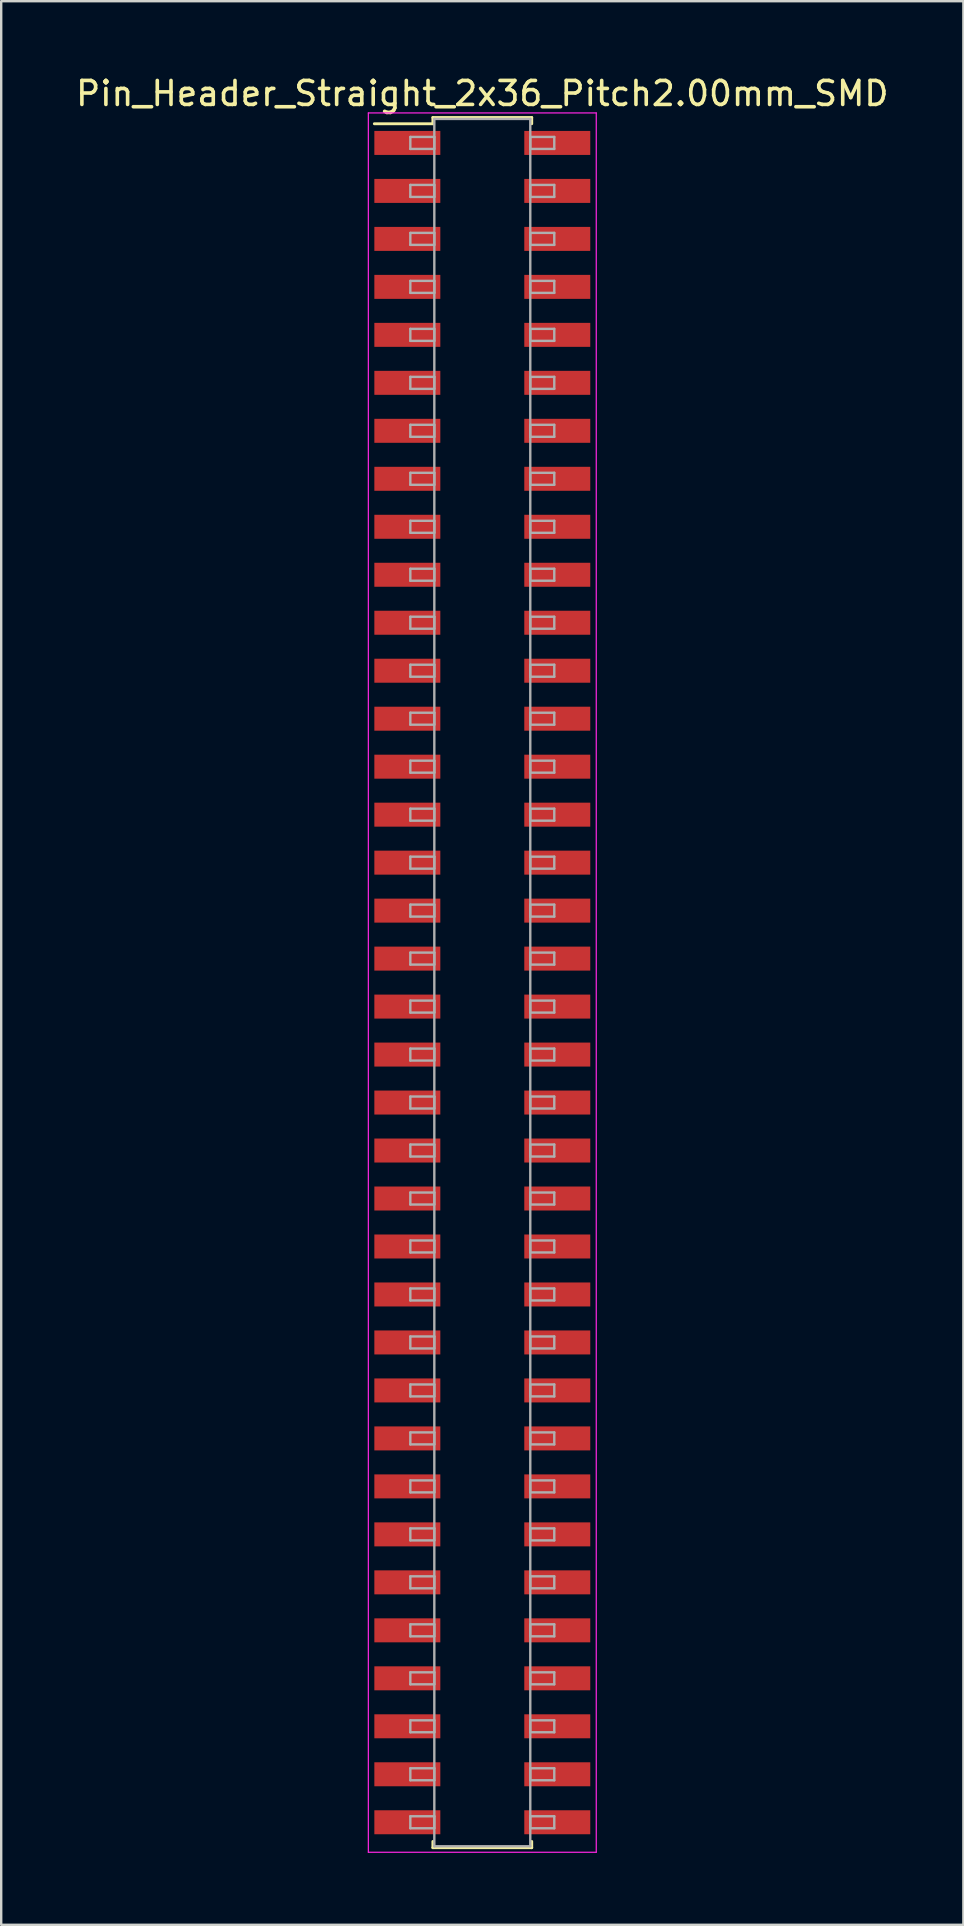
<source format=kicad_pcb>
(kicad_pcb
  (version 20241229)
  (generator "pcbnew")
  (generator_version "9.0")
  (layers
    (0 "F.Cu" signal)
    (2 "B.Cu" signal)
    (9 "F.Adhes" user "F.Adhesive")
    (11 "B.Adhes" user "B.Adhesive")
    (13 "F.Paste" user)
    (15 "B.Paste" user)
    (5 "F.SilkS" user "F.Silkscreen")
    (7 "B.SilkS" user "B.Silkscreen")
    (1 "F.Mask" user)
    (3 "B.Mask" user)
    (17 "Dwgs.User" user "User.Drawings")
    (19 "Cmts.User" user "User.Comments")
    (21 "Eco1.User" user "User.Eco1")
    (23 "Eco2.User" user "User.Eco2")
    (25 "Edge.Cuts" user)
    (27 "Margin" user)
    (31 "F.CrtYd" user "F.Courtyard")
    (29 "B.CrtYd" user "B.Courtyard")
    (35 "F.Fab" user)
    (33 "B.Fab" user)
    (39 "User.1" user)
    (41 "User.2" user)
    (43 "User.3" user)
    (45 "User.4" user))
  (footprint "Pin_Header_Straight_2x36_Pitch2.00mm_SMD"
    (layer "F.Cu")
    (at 17.054 37.908)
    (property "Reference" "Pin_Header_Straight_2x36_Pitch2.00mm_SMD" (at 0 -37.06 0) (layer "F.SilkS") (effects (font (size 1 1) (thickness 0.15))))
    (attr smd)
    (fp_line (start -4.5 -35.8) (end -2.06 -35.8) (stroke (width 0.12) (type solid)) (layer "F.SilkS"))
    (fp_line (start -2.06 -36.06) (end 2.06 -36.06) (stroke (width 0.12) (type solid)) (layer "F.SilkS"))
    (fp_line (start -2.06 -35.8) (end -2.06 -36.06) (stroke (width 0.12) (type solid)) (layer "F.SilkS"))
    (fp_line (start -2.06 35.8) (end -2.06 36.06) (stroke (width 0.12) (type solid)) (layer "F.SilkS"))
    (fp_line (start -2.06 36.06) (end 2.06 36.06) (stroke (width 0.12) (type solid)) (layer "F.SilkS"))
    (fp_line (start 2.06 -36.06) (end 2.06 -35.8) (stroke (width 0.12) (type solid)) (layer "F.SilkS"))
    (fp_line (start 2.06 36.06) (end 2.06 35.8) (stroke (width 0.12) (type solid)) (layer "F.SilkS"))
    (fp_line (start -4.75 -36.25) (end -4.75 36.25) (stroke (width 0.05) (type solid)) (layer "F.CrtYd"))
    (fp_line (start -4.75 36.25) (end 4.75 36.25) (stroke (width 0.05) (type solid)) (layer "F.CrtYd"))
    (fp_line (start 4.75 -36.25) (end -4.75 -36.25) (stroke (width 0.05) (type solid)) (layer "F.CrtYd"))
    (fp_line (start 4.75 36.25) (end 4.75 -36.25) (stroke (width 0.05) (type solid)) (layer "F.CrtYd"))
    (fp_line (start -3 -35.25) (end -2 -35.25) (stroke (width 0.1) (type solid)) (layer "F.Fab"))
    (fp_line (start -3 -34.75) (end -3 -35.25) (stroke (width 0.1) (type solid)) (layer "F.Fab"))
    (fp_line (start -3 -33.25) (end -2 -33.25) (stroke (width 0.1) (type solid)) (layer "F.Fab"))
    (fp_line (start -3 -32.75) (end -3 -33.25) (stroke (width 0.1) (type solid)) (layer "F.Fab"))
    (fp_line (start -3 -31.25) (end -2 -31.25) (stroke (width 0.1) (type solid)) (layer "F.Fab"))
    (fp_line (start -3 -30.75) (end -3 -31.25) (stroke (width 0.1) (type solid)) (layer "F.Fab"))
    (fp_line (start -3 -29.25) (end -2 -29.25) (stroke (width 0.1) (type solid)) (layer "F.Fab"))
    (fp_line (start -3 -28.75) (end -3 -29.25) (stroke (width 0.1) (type solid)) (layer "F.Fab"))
    (fp_line (start -3 -27.25) (end -2 -27.25) (stroke (width 0.1) (type solid)) (layer "F.Fab"))
    (fp_line (start -3 -26.75) (end -3 -27.25) (stroke (width 0.1) (type solid)) (layer "F.Fab"))
    (fp_line (start -3 -25.25) (end -2 -25.25) (stroke (width 0.1) (type solid)) (layer "F.Fab"))
    (fp_line (start -3 -24.75) (end -3 -25.25) (stroke (width 0.1) (type solid)) (layer "F.Fab"))
    (fp_line (start -3 -23.25) (end -2 -23.25) (stroke (width 0.1) (type solid)) (layer "F.Fab"))
    (fp_line (start -3 -22.75) (end -3 -23.25) (stroke (width 0.1) (type solid)) (layer "F.Fab"))
    (fp_line (start -3 -21.25) (end -2 -21.25) (stroke (width 0.1) (type solid)) (layer "F.Fab"))
    (fp_line (start -3 -20.75) (end -3 -21.25) (stroke (width 0.1) (type solid)) (layer "F.Fab"))
    (fp_line (start -3 -19.25) (end -2 -19.25) (stroke (width 0.1) (type solid)) (layer "F.Fab"))
    (fp_line (start -3 -18.75) (end -3 -19.25) (stroke (width 0.1) (type solid)) (layer "F.Fab"))
    (fp_line (start -3 -17.25) (end -2 -17.25) (stroke (width 0.1) (type solid)) (layer "F.Fab"))
    (fp_line (start -3 -16.75) (end -3 -17.25) (stroke (width 0.1) (type solid)) (layer "F.Fab"))
    (fp_line (start -3 -15.25) (end -2 -15.25) (stroke (width 0.1) (type solid)) (layer "F.Fab"))
    (fp_line (start -3 -14.75) (end -3 -15.25) (stroke (width 0.1) (type solid)) (layer "F.Fab"))
    (fp_line (start -3 -13.25) (end -2 -13.25) (stroke (width 0.1) (type solid)) (layer "F.Fab"))
    (fp_line (start -3 -12.75) (end -3 -13.25) (stroke (width 0.1) (type solid)) (layer "F.Fab"))
    (fp_line (start -3 -11.25) (end -2 -11.25) (stroke (width 0.1) (type solid)) (layer "F.Fab"))
    (fp_line (start -3 -10.75) (end -3 -11.25) (stroke (width 0.1) (type solid)) (layer "F.Fab"))
    (fp_line (start -3 -9.25) (end -2 -9.25) (stroke (width 0.1) (type solid)) (layer "F.Fab"))
    (fp_line (start -3 -8.75) (end -3 -9.25) (stroke (width 0.1) (type solid)) (layer "F.Fab"))
    (fp_line (start -3 -7.25) (end -2 -7.25) (stroke (width 0.1) (type solid)) (layer "F.Fab"))
    (fp_line (start -3 -6.75) (end -3 -7.25) (stroke (width 0.1) (type solid)) (layer "F.Fab"))
    (fp_line (start -3 -5.25) (end -2 -5.25) (stroke (width 0.1) (type solid)) (layer "F.Fab"))
    (fp_line (start -3 -4.75) (end -3 -5.25) (stroke (width 0.1) (type solid)) (layer "F.Fab"))
    (fp_line (start -3 -3.25) (end -2 -3.25) (stroke (width 0.1) (type solid)) (layer "F.Fab"))
    (fp_line (start -3 -2.75) (end -3 -3.25) (stroke (width 0.1) (type solid)) (layer "F.Fab"))
    (fp_line (start -3 -1.25) (end -2 -1.25) (stroke (width 0.1) (type solid)) (layer "F.Fab"))
    (fp_line (start -3 -0.75) (end -3 -1.25) (stroke (width 0.1) (type solid)) (layer "F.Fab"))
    (fp_line (start -3 0.75) (end -2 0.75) (stroke (width 0.1) (type solid)) (layer "F.Fab"))
    (fp_line (start -3 1.25) (end -3 0.75) (stroke (width 0.1) (type solid)) (layer "F.Fab"))
    (fp_line (start -3 2.75) (end -2 2.75) (stroke (width 0.1) (type solid)) (layer "F.Fab"))
    (fp_line (start -3 3.25) (end -3 2.75) (stroke (width 0.1) (type solid)) (layer "F.Fab"))
    (fp_line (start -3 4.75) (end -2 4.75) (stroke (width 0.1) (type solid)) (layer "F.Fab"))
    (fp_line (start -3 5.25) (end -3 4.75) (stroke (width 0.1) (type solid)) (layer "F.Fab"))
    (fp_line (start -3 6.75) (end -2 6.75) (stroke (width 0.1) (type solid)) (layer "F.Fab"))
    (fp_line (start -3 7.25) (end -3 6.75) (stroke (width 0.1) (type solid)) (layer "F.Fab"))
    (fp_line (start -3 8.75) (end -2 8.75) (stroke (width 0.1) (type solid)) (layer "F.Fab"))
    (fp_line (start -3 9.25) (end -3 8.75) (stroke (width 0.1) (type solid)) (layer "F.Fab"))
    (fp_line (start -3 10.75) (end -2 10.75) (stroke (width 0.1) (type solid)) (layer "F.Fab"))
    (fp_line (start -3 11.25) (end -3 10.75) (stroke (width 0.1) (type solid)) (layer "F.Fab"))
    (fp_line (start -3 12.75) (end -2 12.75) (stroke (width 0.1) (type solid)) (layer "F.Fab"))
    (fp_line (start -3 13.25) (end -3 12.75) (stroke (width 0.1) (type solid)) (layer "F.Fab"))
    (fp_line (start -3 14.75) (end -2 14.75) (stroke (width 0.1) (type solid)) (layer "F.Fab"))
    (fp_line (start -3 15.25) (end -3 14.75) (stroke (width 0.1) (type solid)) (layer "F.Fab"))
    (fp_line (start -3 16.75) (end -2 16.75) (stroke (width 0.1) (type solid)) (layer "F.Fab"))
    (fp_line (start -3 17.25) (end -3 16.75) (stroke (width 0.1) (type solid)) (layer "F.Fab"))
    (fp_line (start -3 18.75) (end -2 18.75) (stroke (width 0.1) (type solid)) (layer "F.Fab"))
    (fp_line (start -3 19.25) (end -3 18.75) (stroke (width 0.1) (type solid)) (layer "F.Fab"))
    (fp_line (start -3 20.75) (end -2 20.75) (stroke (width 0.1) (type solid)) (layer "F.Fab"))
    (fp_line (start -3 21.25) (end -3 20.75) (stroke (width 0.1) (type solid)) (layer "F.Fab"))
    (fp_line (start -3 22.75) (end -2 22.75) (stroke (width 0.1) (type solid)) (layer "F.Fab"))
    (fp_line (start -3 23.25) (end -3 22.75) (stroke (width 0.1) (type solid)) (layer "F.Fab"))
    (fp_line (start -3 24.75) (end -2 24.75) (stroke (width 0.1) (type solid)) (layer "F.Fab"))
    (fp_line (start -3 25.25) (end -3 24.75) (stroke (width 0.1) (type solid)) (layer "F.Fab"))
    (fp_line (start -3 26.75) (end -2 26.75) (stroke (width 0.1) (type solid)) (layer "F.Fab"))
    (fp_line (start -3 27.25) (end -3 26.75) (stroke (width 0.1) (type solid)) (layer "F.Fab"))
    (fp_line (start -3 28.75) (end -2 28.75) (stroke (width 0.1) (type solid)) (layer "F.Fab"))
    (fp_line (start -3 29.25) (end -3 28.75) (stroke (width 0.1) (type solid)) (layer "F.Fab"))
    (fp_line (start -3 30.75) (end -2 30.75) (stroke (width 0.1) (type solid)) (layer "F.Fab"))
    (fp_line (start -3 31.25) (end -3 30.75) (stroke (width 0.1) (type solid)) (layer "F.Fab"))
    (fp_line (start -3 32.75) (end -2 32.75) (stroke (width 0.1) (type solid)) (layer "F.Fab"))
    (fp_line (start -3 33.25) (end -3 32.75) (stroke (width 0.1) (type solid)) (layer "F.Fab"))
    (fp_line (start -3 34.75) (end -2 34.75) (stroke (width 0.1) (type solid)) (layer "F.Fab"))
    (fp_line (start -3 35.25) (end -3 34.75) (stroke (width 0.1) (type solid)) (layer "F.Fab"))
    (fp_line (start -2 -36) (end -2 36) (stroke (width 0.1) (type solid)) (layer "F.Fab"))
    (fp_line (start -2 -35.25) (end -2 -34.75) (stroke (width 0.1) (type solid)) (layer "F.Fab"))
    (fp_line (start -2 -34.75) (end -3 -34.75) (stroke (width 0.1) (type solid)) (layer "F.Fab"))
    (fp_line (start -2 -33.25) (end -2 -32.75) (stroke (width 0.1) (type solid)) (layer "F.Fab"))
    (fp_line (start -2 -32.75) (end -3 -32.75) (stroke (width 0.1) (type solid)) (layer "F.Fab"))
    (fp_line (start -2 -31.25) (end -2 -30.75) (stroke (width 0.1) (type solid)) (layer "F.Fab"))
    (fp_line (start -2 -30.75) (end -3 -30.75) (stroke (width 0.1) (type solid)) (layer "F.Fab"))
    (fp_line (start -2 -29.25) (end -2 -28.75) (stroke (width 0.1) (type solid)) (layer "F.Fab"))
    (fp_line (start -2 -28.75) (end -3 -28.75) (stroke (width 0.1) (type solid)) (layer "F.Fab"))
    (fp_line (start -2 -27.25) (end -2 -26.75) (stroke (width 0.1) (type solid)) (layer "F.Fab"))
    (fp_line (start -2 -26.75) (end -3 -26.75) (stroke (width 0.1) (type solid)) (layer "F.Fab"))
    (fp_line (start -2 -25.25) (end -2 -24.75) (stroke (width 0.1) (type solid)) (layer "F.Fab"))
    (fp_line (start -2 -24.75) (end -3 -24.75) (stroke (width 0.1) (type solid)) (layer "F.Fab"))
    (fp_line (start -2 -23.25) (end -2 -22.75) (stroke (width 0.1) (type solid)) (layer "F.Fab"))
    (fp_line (start -2 -22.75) (end -3 -22.75) (stroke (width 0.1) (type solid)) (layer "F.Fab"))
    (fp_line (start -2 -21.25) (end -2 -20.75) (stroke (width 0.1) (type solid)) (layer "F.Fab"))
    (fp_line (start -2 -20.75) (end -3 -20.75) (stroke (width 0.1) (type solid)) (layer "F.Fab"))
    (fp_line (start -2 -19.25) (end -2 -18.75) (stroke (width 0.1) (type solid)) (layer "F.Fab"))
    (fp_line (start -2 -18.75) (end -3 -18.75) (stroke (width 0.1) (type solid)) (layer "F.Fab"))
    (fp_line (start -2 -17.25) (end -2 -16.75) (stroke (width 0.1) (type solid)) (layer "F.Fab"))
    (fp_line (start -2 -16.75) (end -3 -16.75) (stroke (width 0.1) (type solid)) (layer "F.Fab"))
    (fp_line (start -2 -15.25) (end -2 -14.75) (stroke (width 0.1) (type solid)) (layer "F.Fab"))
    (fp_line (start -2 -14.75) (end -3 -14.75) (stroke (width 0.1) (type solid)) (layer "F.Fab"))
    (fp_line (start -2 -13.25) (end -2 -12.75) (stroke (width 0.1) (type solid)) (layer "F.Fab"))
    (fp_line (start -2 -12.75) (end -3 -12.75) (stroke (width 0.1) (type solid)) (layer "F.Fab"))
    (fp_line (start -2 -11.25) (end -2 -10.75) (stroke (width 0.1) (type solid)) (layer "F.Fab"))
    (fp_line (start -2 -10.75) (end -3 -10.75) (stroke (width 0.1) (type solid)) (layer "F.Fab"))
    (fp_line (start -2 -9.25) (end -2 -8.75) (stroke (width 0.1) (type solid)) (layer "F.Fab"))
    (fp_line (start -2 -8.75) (end -3 -8.75) (stroke (width 0.1) (type solid)) (layer "F.Fab"))
    (fp_line (start -2 -7.25) (end -2 -6.75) (stroke (width 0.1) (type solid)) (layer "F.Fab"))
    (fp_line (start -2 -6.75) (end -3 -6.75) (stroke (width 0.1) (type solid)) (layer "F.Fab"))
    (fp_line (start -2 -5.25) (end -2 -4.75) (stroke (width 0.1) (type solid)) (layer "F.Fab"))
    (fp_line (start -2 -4.75) (end -3 -4.75) (stroke (width 0.1) (type solid)) (layer "F.Fab"))
    (fp_line (start -2 -3.25) (end -2 -2.75) (stroke (width 0.1) (type solid)) (layer "F.Fab"))
    (fp_line (start -2 -2.75) (end -3 -2.75) (stroke (width 0.1) (type solid)) (layer "F.Fab"))
    (fp_line (start -2 -1.25) (end -2 -0.75) (stroke (width 0.1) (type solid)) (layer "F.Fab"))
    (fp_line (start -2 -0.75) (end -3 -0.75) (stroke (width 0.1) (type solid)) (layer "F.Fab"))
    (fp_line (start -2 0.75) (end -2 1.25) (stroke (width 0.1) (type solid)) (layer "F.Fab"))
    (fp_line (start -2 1.25) (end -3 1.25) (stroke (width 0.1) (type solid)) (layer "F.Fab"))
    (fp_line (start -2 2.75) (end -2 3.25) (stroke (width 0.1) (type solid)) (layer "F.Fab"))
    (fp_line (start -2 3.25) (end -3 3.25) (stroke (width 0.1) (type solid)) (layer "F.Fab"))
    (fp_line (start -2 4.75) (end -2 5.25) (stroke (width 0.1) (type solid)) (layer "F.Fab"))
    (fp_line (start -2 5.25) (end -3 5.25) (stroke (width 0.1) (type solid)) (layer "F.Fab"))
    (fp_line (start -2 6.75) (end -2 7.25) (stroke (width 0.1) (type solid)) (layer "F.Fab"))
    (fp_line (start -2 7.25) (end -3 7.25) (stroke (width 0.1) (type solid)) (layer "F.Fab"))
    (fp_line (start -2 8.75) (end -2 9.25) (stroke (width 0.1) (type solid)) (layer "F.Fab"))
    (fp_line (start -2 9.25) (end -3 9.25) (stroke (width 0.1) (type solid)) (layer "F.Fab"))
    (fp_line (start -2 10.75) (end -2 11.25) (stroke (width 0.1) (type solid)) (layer "F.Fab"))
    (fp_line (start -2 11.25) (end -3 11.25) (stroke (width 0.1) (type solid)) (layer "F.Fab"))
    (fp_line (start -2 12.75) (end -2 13.25) (stroke (width 0.1) (type solid)) (layer "F.Fab"))
    (fp_line (start -2 13.25) (end -3 13.25) (stroke (width 0.1) (type solid)) (layer "F.Fab"))
    (fp_line (start -2 14.75) (end -2 15.25) (stroke (width 0.1) (type solid)) (layer "F.Fab"))
    (fp_line (start -2 15.25) (end -3 15.25) (stroke (width 0.1) (type solid)) (layer "F.Fab"))
    (fp_line (start -2 16.75) (end -2 17.25) (stroke (width 0.1) (type solid)) (layer "F.Fab"))
    (fp_line (start -2 17.25) (end -3 17.25) (stroke (width 0.1) (type solid)) (layer "F.Fab"))
    (fp_line (start -2 18.75) (end -2 19.25) (stroke (width 0.1) (type solid)) (layer "F.Fab"))
    (fp_line (start -2 19.25) (end -3 19.25) (stroke (width 0.1) (type solid)) (layer "F.Fab"))
    (fp_line (start -2 20.75) (end -2 21.25) (stroke (width 0.1) (type solid)) (layer "F.Fab"))
    (fp_line (start -2 21.25) (end -3 21.25) (stroke (width 0.1) (type solid)) (layer "F.Fab"))
    (fp_line (start -2 22.75) (end -2 23.25) (stroke (width 0.1) (type solid)) (layer "F.Fab"))
    (fp_line (start -2 23.25) (end -3 23.25) (stroke (width 0.1) (type solid)) (layer "F.Fab"))
    (fp_line (start -2 24.75) (end -2 25.25) (stroke (width 0.1) (type solid)) (layer "F.Fab"))
    (fp_line (start -2 25.25) (end -3 25.25) (stroke (width 0.1) (type solid)) (layer "F.Fab"))
    (fp_line (start -2 26.75) (end -2 27.25) (stroke (width 0.1) (type solid)) (layer "F.Fab"))
    (fp_line (start -2 27.25) (end -3 27.25) (stroke (width 0.1) (type solid)) (layer "F.Fab"))
    (fp_line (start -2 28.75) (end -2 29.25) (stroke (width 0.1) (type solid)) (layer "F.Fab"))
    (fp_line (start -2 29.25) (end -3 29.25) (stroke (width 0.1) (type solid)) (layer "F.Fab"))
    (fp_line (start -2 30.75) (end -2 31.25) (stroke (width 0.1) (type solid)) (layer "F.Fab"))
    (fp_line (start -2 31.25) (end -3 31.25) (stroke (width 0.1) (type solid)) (layer "F.Fab"))
    (fp_line (start -2 32.75) (end -2 33.25) (stroke (width 0.1) (type solid)) (layer "F.Fab"))
    (fp_line (start -2 33.25) (end -3 33.25) (stroke (width 0.1) (type solid)) (layer "F.Fab"))
    (fp_line (start -2 34.75) (end -2 35.25) (stroke (width 0.1) (type solid)) (layer "F.Fab"))
    (fp_line (start -2 35.25) (end -3 35.25) (stroke (width 0.1) (type solid)) (layer "F.Fab"))
    (fp_line (start -2 36) (end 2 36) (stroke (width 0.1) (type solid)) (layer "F.Fab"))
    (fp_line (start 2 -36) (end -2 -36) (stroke (width 0.1) (type solid)) (layer "F.Fab"))
    (fp_line (start 2 -35.25) (end 2 -34.75) (stroke (width 0.1) (type solid)) (layer "F.Fab"))
    (fp_line (start 2 -34.75) (end 3 -34.75) (stroke (width 0.1) (type solid)) (layer "F.Fab"))
    (fp_line (start 2 -33.25) (end 2 -32.75) (stroke (width 0.1) (type solid)) (layer "F.Fab"))
    (fp_line (start 2 -32.75) (end 3 -32.75) (stroke (width 0.1) (type solid)) (layer "F.Fab"))
    (fp_line (start 2 -31.25) (end 2 -30.75) (stroke (width 0.1) (type solid)) (layer "F.Fab"))
    (fp_line (start 2 -30.75) (end 3 -30.75) (stroke (width 0.1) (type solid)) (layer "F.Fab"))
    (fp_line (start 2 -29.25) (end 2 -28.75) (stroke (width 0.1) (type solid)) (layer "F.Fab"))
    (fp_line (start 2 -28.75) (end 3 -28.75) (stroke (width 0.1) (type solid)) (layer "F.Fab"))
    (fp_line (start 2 -27.25) (end 2 -26.75) (stroke (width 0.1) (type solid)) (layer "F.Fab"))
    (fp_line (start 2 -26.75) (end 3 -26.75) (stroke (width 0.1) (type solid)) (layer "F.Fab"))
    (fp_line (start 2 -25.25) (end 2 -24.75) (stroke (width 0.1) (type solid)) (layer "F.Fab"))
    (fp_line (start 2 -24.75) (end 3 -24.75) (stroke (width 0.1) (type solid)) (layer "F.Fab"))
    (fp_line (start 2 -23.25) (end 2 -22.75) (stroke (width 0.1) (type solid)) (layer "F.Fab"))
    (fp_line (start 2 -22.75) (end 3 -22.75) (stroke (width 0.1) (type solid)) (layer "F.Fab"))
    (fp_line (start 2 -21.25) (end 2 -20.75) (stroke (width 0.1) (type solid)) (layer "F.Fab"))
    (fp_line (start 2 -20.75) (end 3 -20.75) (stroke (width 0.1) (type solid)) (layer "F.Fab"))
    (fp_line (start 2 -19.25) (end 2 -18.75) (stroke (width 0.1) (type solid)) (layer "F.Fab"))
    (fp_line (start 2 -18.75) (end 3 -18.75) (stroke (width 0.1) (type solid)) (layer "F.Fab"))
    (fp_line (start 2 -17.25) (end 2 -16.75) (stroke (width 0.1) (type solid)) (layer "F.Fab"))
    (fp_line (start 2 -16.75) (end 3 -16.75) (stroke (width 0.1) (type solid)) (layer "F.Fab"))
    (fp_line (start 2 -15.25) (end 2 -14.75) (stroke (width 0.1) (type solid)) (layer "F.Fab"))
    (fp_line (start 2 -14.75) (end 3 -14.75) (stroke (width 0.1) (type solid)) (layer "F.Fab"))
    (fp_line (start 2 -13.25) (end 2 -12.75) (stroke (width 0.1) (type solid)) (layer "F.Fab"))
    (fp_line (start 2 -12.75) (end 3 -12.75) (stroke (width 0.1) (type solid)) (layer "F.Fab"))
    (fp_line (start 2 -11.25) (end 2 -10.75) (stroke (width 0.1) (type solid)) (layer "F.Fab"))
    (fp_line (start 2 -10.75) (end 3 -10.75) (stroke (width 0.1) (type solid)) (layer "F.Fab"))
    (fp_line (start 2 -9.25) (end 2 -8.75) (stroke (width 0.1) (type solid)) (layer "F.Fab"))
    (fp_line (start 2 -8.75) (end 3 -8.75) (stroke (width 0.1) (type solid)) (layer "F.Fab"))
    (fp_line (start 2 -7.25) (end 2 -6.75) (stroke (width 0.1) (type solid)) (layer "F.Fab"))
    (fp_line (start 2 -6.75) (end 3 -6.75) (stroke (width 0.1) (type solid)) (layer "F.Fab"))
    (fp_line (start 2 -5.25) (end 2 -4.75) (stroke (width 0.1) (type solid)) (layer "F.Fab"))
    (fp_line (start 2 -4.75) (end 3 -4.75) (stroke (width 0.1) (type solid)) (layer "F.Fab"))
    (fp_line (start 2 -3.25) (end 2 -2.75) (stroke (width 0.1) (type solid)) (layer "F.Fab"))
    (fp_line (start 2 -2.75) (end 3 -2.75) (stroke (width 0.1) (type solid)) (layer "F.Fab"))
    (fp_line (start 2 -1.25) (end 2 -0.75) (stroke (width 0.1) (type solid)) (layer "F.Fab"))
    (fp_line (start 2 -0.75) (end 3 -0.75) (stroke (width 0.1) (type solid)) (layer "F.Fab"))
    (fp_line (start 2 0.75) (end 2 1.25) (stroke (width 0.1) (type solid)) (layer "F.Fab"))
    (fp_line (start 2 1.25) (end 3 1.25) (stroke (width 0.1) (type solid)) (layer "F.Fab"))
    (fp_line (start 2 2.75) (end 2 3.25) (stroke (width 0.1) (type solid)) (layer "F.Fab"))
    (fp_line (start 2 3.25) (end 3 3.25) (stroke (width 0.1) (type solid)) (layer "F.Fab"))
    (fp_line (start 2 4.75) (end 2 5.25) (stroke (width 0.1) (type solid)) (layer "F.Fab"))
    (fp_line (start 2 5.25) (end 3 5.25) (stroke (width 0.1) (type solid)) (layer "F.Fab"))
    (fp_line (start 2 6.75) (end 2 7.25) (stroke (width 0.1) (type solid)) (layer "F.Fab"))
    (fp_line (start 2 7.25) (end 3 7.25) (stroke (width 0.1) (type solid)) (layer "F.Fab"))
    (fp_line (start 2 8.75) (end 2 9.25) (stroke (width 0.1) (type solid)) (layer "F.Fab"))
    (fp_line (start 2 9.25) (end 3 9.25) (stroke (width 0.1) (type solid)) (layer "F.Fab"))
    (fp_line (start 2 10.75) (end 2 11.25) (stroke (width 0.1) (type solid)) (layer "F.Fab"))
    (fp_line (start 2 11.25) (end 3 11.25) (stroke (width 0.1) (type solid)) (layer "F.Fab"))
    (fp_line (start 2 12.75) (end 2 13.25) (stroke (width 0.1) (type solid)) (layer "F.Fab"))
    (fp_line (start 2 13.25) (end 3 13.25) (stroke (width 0.1) (type solid)) (layer "F.Fab"))
    (fp_line (start 2 14.75) (end 2 15.25) (stroke (width 0.1) (type solid)) (layer "F.Fab"))
    (fp_line (start 2 15.25) (end 3 15.25) (stroke (width 0.1) (type solid)) (layer "F.Fab"))
    (fp_line (start 2 16.75) (end 2 17.25) (stroke (width 0.1) (type solid)) (layer "F.Fab"))
    (fp_line (start 2 17.25) (end 3 17.25) (stroke (width 0.1) (type solid)) (layer "F.Fab"))
    (fp_line (start 2 18.75) (end 2 19.25) (stroke (width 0.1) (type solid)) (layer "F.Fab"))
    (fp_line (start 2 19.25) (end 3 19.25) (stroke (width 0.1) (type solid)) (layer "F.Fab"))
    (fp_line (start 2 20.75) (end 2 21.25) (stroke (width 0.1) (type solid)) (layer "F.Fab"))
    (fp_line (start 2 21.25) (end 3 21.25) (stroke (width 0.1) (type solid)) (layer "F.Fab"))
    (fp_line (start 2 22.75) (end 2 23.25) (stroke (width 0.1) (type solid)) (layer "F.Fab"))
    (fp_line (start 2 23.25) (end 3 23.25) (stroke (width 0.1) (type solid)) (layer "F.Fab"))
    (fp_line (start 2 24.75) (end 2 25.25) (stroke (width 0.1) (type solid)) (layer "F.Fab"))
    (fp_line (start 2 25.25) (end 3 25.25) (stroke (width 0.1) (type solid)) (layer "F.Fab"))
    (fp_line (start 2 26.75) (end 2 27.25) (stroke (width 0.1) (type solid)) (layer "F.Fab"))
    (fp_line (start 2 27.25) (end 3 27.25) (stroke (width 0.1) (type solid)) (layer "F.Fab"))
    (fp_line (start 2 28.75) (end 2 29.25) (stroke (width 0.1) (type solid)) (layer "F.Fab"))
    (fp_line (start 2 29.25) (end 3 29.25) (stroke (width 0.1) (type solid)) (layer "F.Fab"))
    (fp_line (start 2 30.75) (end 2 31.25) (stroke (width 0.1) (type solid)) (layer "F.Fab"))
    (fp_line (start 2 31.25) (end 3 31.25) (stroke (width 0.1) (type solid)) (layer "F.Fab"))
    (fp_line (start 2 32.75) (end 2 33.25) (stroke (width 0.1) (type solid)) (layer "F.Fab"))
    (fp_line (start 2 33.25) (end 3 33.25) (stroke (width 0.1) (type solid)) (layer "F.Fab"))
    (fp_line (start 2 34.75) (end 2 35.25) (stroke (width 0.1) (type solid)) (layer "F.Fab"))
    (fp_line (start 2 35.25) (end 3 35.25) (stroke (width 0.1) (type solid)) (layer "F.Fab"))
    (fp_line (start 2 36) (end 2 -36) (stroke (width 0.1) (type solid)) (layer "F.Fab"))
    (fp_line (start 3 -35.25) (end 2 -35.25) (stroke (width 0.1) (type solid)) (layer "F.Fab"))
    (fp_line (start 3 -34.75) (end 3 -35.25) (stroke (width 0.1) (type solid)) (layer "F.Fab"))
    (fp_line (start 3 -33.25) (end 2 -33.25) (stroke (width 0.1) (type solid)) (layer "F.Fab"))
    (fp_line (start 3 -32.75) (end 3 -33.25) (stroke (width 0.1) (type solid)) (layer "F.Fab"))
    (fp_line (start 3 -31.25) (end 2 -31.25) (stroke (width 0.1) (type solid)) (layer "F.Fab"))
    (fp_line (start 3 -30.75) (end 3 -31.25) (stroke (width 0.1) (type solid)) (layer "F.Fab"))
    (fp_line (start 3 -29.25) (end 2 -29.25) (stroke (width 0.1) (type solid)) (layer "F.Fab"))
    (fp_line (start 3 -28.75) (end 3 -29.25) (stroke (width 0.1) (type solid)) (layer "F.Fab"))
    (fp_line (start 3 -27.25) (end 2 -27.25) (stroke (width 0.1) (type solid)) (layer "F.Fab"))
    (fp_line (start 3 -26.75) (end 3 -27.25) (stroke (width 0.1) (type solid)) (layer "F.Fab"))
    (fp_line (start 3 -25.25) (end 2 -25.25) (stroke (width 0.1) (type solid)) (layer "F.Fab"))
    (fp_line (start 3 -24.75) (end 3 -25.25) (stroke (width 0.1) (type solid)) (layer "F.Fab"))
    (fp_line (start 3 -23.25) (end 2 -23.25) (stroke (width 0.1) (type solid)) (layer "F.Fab"))
    (fp_line (start 3 -22.75) (end 3 -23.25) (stroke (width 0.1) (type solid)) (layer "F.Fab"))
    (fp_line (start 3 -21.25) (end 2 -21.25) (stroke (width 0.1) (type solid)) (layer "F.Fab"))
    (fp_line (start 3 -20.75) (end 3 -21.25) (stroke (width 0.1) (type solid)) (layer "F.Fab"))
    (fp_line (start 3 -19.25) (end 2 -19.25) (stroke (width 0.1) (type solid)) (layer "F.Fab"))
    (fp_line (start 3 -18.75) (end 3 -19.25) (stroke (width 0.1) (type solid)) (layer "F.Fab"))
    (fp_line (start 3 -17.25) (end 2 -17.25) (stroke (width 0.1) (type solid)) (layer "F.Fab"))
    (fp_line (start 3 -16.75) (end 3 -17.25) (stroke (width 0.1) (type solid)) (layer "F.Fab"))
    (fp_line (start 3 -15.25) (end 2 -15.25) (stroke (width 0.1) (type solid)) (layer "F.Fab"))
    (fp_line (start 3 -14.75) (end 3 -15.25) (stroke (width 0.1) (type solid)) (layer "F.Fab"))
    (fp_line (start 3 -13.25) (end 2 -13.25) (stroke (width 0.1) (type solid)) (layer "F.Fab"))
    (fp_line (start 3 -12.75) (end 3 -13.25) (stroke (width 0.1) (type solid)) (layer "F.Fab"))
    (fp_line (start 3 -11.25) (end 2 -11.25) (stroke (width 0.1) (type solid)) (layer "F.Fab"))
    (fp_line (start 3 -10.75) (end 3 -11.25) (stroke (width 0.1) (type solid)) (layer "F.Fab"))
    (fp_line (start 3 -9.25) (end 2 -9.25) (stroke (width 0.1) (type solid)) (layer "F.Fab"))
    (fp_line (start 3 -8.75) (end 3 -9.25) (stroke (width 0.1) (type solid)) (layer "F.Fab"))
    (fp_line (start 3 -7.25) (end 2 -7.25) (stroke (width 0.1) (type solid)) (layer "F.Fab"))
    (fp_line (start 3 -6.75) (end 3 -7.25) (stroke (width 0.1) (type solid)) (layer "F.Fab"))
    (fp_line (start 3 -5.25) (end 2 -5.25) (stroke (width 0.1) (type solid)) (layer "F.Fab"))
    (fp_line (start 3 -4.75) (end 3 -5.25) (stroke (width 0.1) (type solid)) (layer "F.Fab"))
    (fp_line (start 3 -3.25) (end 2 -3.25) (stroke (width 0.1) (type solid)) (layer "F.Fab"))
    (fp_line (start 3 -2.75) (end 3 -3.25) (stroke (width 0.1) (type solid)) (layer "F.Fab"))
    (fp_line (start 3 -1.25) (end 2 -1.25) (stroke (width 0.1) (type solid)) (layer "F.Fab"))
    (fp_line (start 3 -0.75) (end 3 -1.25) (stroke (width 0.1) (type solid)) (layer "F.Fab"))
    (fp_line (start 3 0.75) (end 2 0.75) (stroke (width 0.1) (type solid)) (layer "F.Fab"))
    (fp_line (start 3 1.25) (end 3 0.75) (stroke (width 0.1) (type solid)) (layer "F.Fab"))
    (fp_line (start 3 2.75) (end 2 2.75) (stroke (width 0.1) (type solid)) (layer "F.Fab"))
    (fp_line (start 3 3.25) (end 3 2.75) (stroke (width 0.1) (type solid)) (layer "F.Fab"))
    (fp_line (start 3 4.75) (end 2 4.75) (stroke (width 0.1) (type solid)) (layer "F.Fab"))
    (fp_line (start 3 5.25) (end 3 4.75) (stroke (width 0.1) (type solid)) (layer "F.Fab"))
    (fp_line (start 3 6.75) (end 2 6.75) (stroke (width 0.1) (type solid)) (layer "F.Fab"))
    (fp_line (start 3 7.25) (end 3 6.75) (stroke (width 0.1) (type solid)) (layer "F.Fab"))
    (fp_line (start 3 8.75) (end 2 8.75) (stroke (width 0.1) (type solid)) (layer "F.Fab"))
    (fp_line (start 3 9.25) (end 3 8.75) (stroke (width 0.1) (type solid)) (layer "F.Fab"))
    (fp_line (start 3 10.75) (end 2 10.75) (stroke (width 0.1) (type solid)) (layer "F.Fab"))
    (fp_line (start 3 11.25) (end 3 10.75) (stroke (width 0.1) (type solid)) (layer "F.Fab"))
    (fp_line (start 3 12.75) (end 2 12.75) (stroke (width 0.1) (type solid)) (layer "F.Fab"))
    (fp_line (start 3 13.25) (end 3 12.75) (stroke (width 0.1) (type solid)) (layer "F.Fab"))
    (fp_line (start 3 14.75) (end 2 14.75) (stroke (width 0.1) (type solid)) (layer "F.Fab"))
    (fp_line (start 3 15.25) (end 3 14.75) (stroke (width 0.1) (type solid)) (layer "F.Fab"))
    (fp_line (start 3 16.75) (end 2 16.75) (stroke (width 0.1) (type solid)) (layer "F.Fab"))
    (fp_line (start 3 17.25) (end 3 16.75) (stroke (width 0.1) (type solid)) (layer "F.Fab"))
    (fp_line (start 3 18.75) (end 2 18.75) (stroke (width 0.1) (type solid)) (layer "F.Fab"))
    (fp_line (start 3 19.25) (end 3 18.75) (stroke (width 0.1) (type solid)) (layer "F.Fab"))
    (fp_line (start 3 20.75) (end 2 20.75) (stroke (width 0.1) (type solid)) (layer "F.Fab"))
    (fp_line (start 3 21.25) (end 3 20.75) (stroke (width 0.1) (type solid)) (layer "F.Fab"))
    (fp_line (start 3 22.75) (end 2 22.75) (stroke (width 0.1) (type solid)) (layer "F.Fab"))
    (fp_line (start 3 23.25) (end 3 22.75) (stroke (width 0.1) (type solid)) (layer "F.Fab"))
    (fp_line (start 3 24.75) (end 2 24.75) (stroke (width 0.1) (type solid)) (layer "F.Fab"))
    (fp_line (start 3 25.25) (end 3 24.75) (stroke (width 0.1) (type solid)) (layer "F.Fab"))
    (fp_line (start 3 26.75) (end 2 26.75) (stroke (width 0.1) (type solid)) (layer "F.Fab"))
    (fp_line (start 3 27.25) (end 3 26.75) (stroke (width 0.1) (type solid)) (layer "F.Fab"))
    (fp_line (start 3 28.75) (end 2 28.75) (stroke (width 0.1) (type solid)) (layer "F.Fab"))
    (fp_line (start 3 29.25) (end 3 28.75) (stroke (width 0.1) (type solid)) (layer "F.Fab"))
    (fp_line (start 3 30.75) (end 2 30.75) (stroke (width 0.1) (type solid)) (layer "F.Fab"))
    (fp_line (start 3 31.25) (end 3 30.75) (stroke (width 0.1) (type solid)) (layer "F.Fab"))
    (fp_line (start 3 32.75) (end 2 32.75) (stroke (width 0.1) (type solid)) (layer "F.Fab"))
    (fp_line (start 3 33.25) (end 3 32.75) (stroke (width 0.1) (type solid)) (layer "F.Fab"))
    (fp_line (start 3 34.75) (end 2 34.75) (stroke (width 0.1) (type solid)) (layer "F.Fab"))
    (fp_line (start 3 35.25) (end 3 34.75) (stroke (width 0.1) (type solid)) (layer "F.Fab"))
    (pad "1" smd rect (at -3.125 -35) (size 2.75 1) (layers "F.Cu" "F.Mask"))
    (pad "2" smd rect (at 3.125 -35) (size 2.75 1) (layers "F.Cu" "F.Mask"))
    (pad "3" smd rect (at -3.125 -33) (size 2.75 1) (layers "F.Cu" "F.Mask"))
    (pad "4" smd rect (at 3.125 -33) (size 2.75 1) (layers "F.Cu" "F.Mask"))
    (pad "5" smd rect (at -3.125 -31) (size 2.75 1) (layers "F.Cu" "F.Mask"))
    (pad "6" smd rect (at 3.125 -31) (size 2.75 1) (layers "F.Cu" "F.Mask"))
    (pad "7" smd rect (at -3.125 -29) (size 2.75 1) (layers "F.Cu" "F.Mask"))
    (pad "8" smd rect (at 3.125 -29) (size 2.75 1) (layers "F.Cu" "F.Mask"))
    (pad "9" smd rect (at -3.125 -27) (size 2.75 1) (layers "F.Cu" "F.Mask"))
    (pad "10" smd rect (at 3.125 -27) (size 2.75 1) (layers "F.Cu" "F.Mask"))
    (pad "11" smd rect (at -3.125 -25) (size 2.75 1) (layers "F.Cu" "F.Mask"))
    (pad "12" smd rect (at 3.125 -25) (size 2.75 1) (layers "F.Cu" "F.Mask"))
    (pad "13" smd rect (at -3.125 -23) (size 2.75 1) (layers "F.Cu" "F.Mask"))
    (pad "14" smd rect (at 3.125 -23) (size 2.75 1) (layers "F.Cu" "F.Mask"))
    (pad "15" smd rect (at -3.125 -21) (size 2.75 1) (layers "F.Cu" "F.Mask"))
    (pad "16" smd rect (at 3.125 -21) (size 2.75 1) (layers "F.Cu" "F.Mask"))
    (pad "17" smd rect (at -3.125 -19) (size 2.75 1) (layers "F.Cu" "F.Mask"))
    (pad "18" smd rect (at 3.125 -19) (size 2.75 1) (layers "F.Cu" "F.Mask"))
    (pad "19" smd rect (at -3.125 -17) (size 2.75 1) (layers "F.Cu" "F.Mask"))
    (pad "20" smd rect (at 3.125 -17) (size 2.75 1) (layers "F.Cu" "F.Mask"))
    (pad "21" smd rect (at -3.125 -15) (size 2.75 1) (layers "F.Cu" "F.Mask"))
    (pad "22" smd rect (at 3.125 -15) (size 2.75 1) (layers "F.Cu" "F.Mask"))
    (pad "23" smd rect (at -3.125 -13) (size 2.75 1) (layers "F.Cu" "F.Mask"))
    (pad "24" smd rect (at 3.125 -13) (size 2.75 1) (layers "F.Cu" "F.Mask"))
    (pad "25" smd rect (at -3.125 -11) (size 2.75 1) (layers "F.Cu" "F.Mask"))
    (pad "26" smd rect (at 3.125 -11) (size 2.75 1) (layers "F.Cu" "F.Mask"))
    (pad "27" smd rect (at -3.125 -9) (size 2.75 1) (layers "F.Cu" "F.Mask"))
    (pad "28" smd rect (at 3.125 -9) (size 2.75 1) (layers "F.Cu" "F.Mask"))
    (pad "29" smd rect (at -3.125 -7) (size 2.75 1) (layers "F.Cu" "F.Mask"))
    (pad "30" smd rect (at 3.125 -7) (size 2.75 1) (layers "F.Cu" "F.Mask"))
    (pad "31" smd rect (at -3.125 -5) (size 2.75 1) (layers "F.Cu" "F.Mask"))
    (pad "32" smd rect (at 3.125 -5) (size 2.75 1) (layers "F.Cu" "F.Mask"))
    (pad "33" smd rect (at -3.125 -3) (size 2.75 1) (layers "F.Cu" "F.Mask"))
    (pad "34" smd rect (at 3.125 -3) (size 2.75 1) (layers "F.Cu" "F.Mask"))
    (pad "35" smd rect (at -3.125 -1) (size 2.75 1) (layers "F.Cu" "F.Mask"))
    (pad "36" smd rect (at 3.125 -1) (size 2.75 1) (layers "F.Cu" "F.Mask"))
    (pad "37" smd rect (at -3.125 1) (size 2.75 1) (layers "F.Cu" "F.Mask"))
    (pad "38" smd rect (at 3.125 1) (size 2.75 1) (layers "F.Cu" "F.Mask"))
    (pad "39" smd rect (at -3.125 3) (size 2.75 1) (layers "F.Cu" "F.Mask"))
    (pad "40" smd rect (at 3.125 3) (size 2.75 1) (layers "F.Cu" "F.Mask"))
    (pad "41" smd rect (at -3.125 5) (size 2.75 1) (layers "F.Cu" "F.Mask"))
    (pad "42" smd rect (at 3.125 5) (size 2.75 1) (layers "F.Cu" "F.Mask"))
    (pad "43" smd rect (at -3.125 7) (size 2.75 1) (layers "F.Cu" "F.Mask"))
    (pad "44" smd rect (at 3.125 7) (size 2.75 1) (layers "F.Cu" "F.Mask"))
    (pad "45" smd rect (at -3.125 9) (size 2.75 1) (layers "F.Cu" "F.Mask"))
    (pad "46" smd rect (at 3.125 9) (size 2.75 1) (layers "F.Cu" "F.Mask"))
    (pad "47" smd rect (at -3.125 11) (size 2.75 1) (layers "F.Cu" "F.Mask"))
    (pad "48" smd rect (at 3.125 11) (size 2.75 1) (layers "F.Cu" "F.Mask"))
    (pad "49" smd rect (at -3.125 13) (size 2.75 1) (layers "F.Cu" "F.Mask"))
    (pad "50" smd rect (at 3.125 13) (size 2.75 1) (layers "F.Cu" "F.Mask"))
    (pad "51" smd rect (at -3.125 15) (size 2.75 1) (layers "F.Cu" "F.Mask"))
    (pad "52" smd rect (at 3.125 15) (size 2.75 1) (layers "F.Cu" "F.Mask"))
    (pad "53" smd rect (at -3.125 17) (size 2.75 1) (layers "F.Cu" "F.Mask"))
    (pad "54" smd rect (at 3.125 17) (size 2.75 1) (layers "F.Cu" "F.Mask"))
    (pad "55" smd rect (at -3.125 19) (size 2.75 1) (layers "F.Cu" "F.Mask"))
    (pad "56" smd rect (at 3.125 19) (size 2.75 1) (layers "F.Cu" "F.Mask"))
    (pad "57" smd rect (at -3.125 21) (size 2.75 1) (layers "F.Cu" "F.Mask"))
    (pad "58" smd rect (at 3.125 21) (size 2.75 1) (layers "F.Cu" "F.Mask"))
    (pad "59" smd rect (at -3.125 23) (size 2.75 1) (layers "F.Cu" "F.Mask"))
    (pad "60" smd rect (at 3.125 23) (size 2.75 1) (layers "F.Cu" "F.Mask"))
    (pad "61" smd rect (at -3.125 25) (size 2.75 1) (layers "F.Cu" "F.Mask"))
    (pad "62" smd rect (at 3.125 25) (size 2.75 1) (layers "F.Cu" "F.Mask"))
    (pad "63" smd rect (at -3.125 27) (size 2.75 1) (layers "F.Cu" "F.Mask"))
    (pad "64" smd rect (at 3.125 27) (size 2.75 1) (layers "F.Cu" "F.Mask"))
    (pad "65" smd rect (at -3.125 29) (size 2.75 1) (layers "F.Cu" "F.Mask"))
    (pad "66" smd rect (at 3.125 29) (size 2.75 1) (layers "F.Cu" "F.Mask"))
    (pad "67" smd rect (at -3.125 31) (size 2.75 1) (layers "F.Cu" "F.Mask"))
    (pad "68" smd rect (at 3.125 31) (size 2.75 1) (layers "F.Cu" "F.Mask"))
    (pad "69" smd rect (at -3.125 33) (size 2.75 1) (layers "F.Cu" "F.Mask"))
    (pad "70" smd rect (at 3.125 33) (size 2.75 1) (layers "F.Cu" "F.Mask"))
    (pad "71" smd rect (at -3.125 35) (size 2.75 1) (layers "F.Cu" "F.Mask"))
    (pad "72" smd rect (at 3.125 35) (size 2.75 1) (layers "F.Cu" "F.Mask")))
  (gr_rect
    (start -3 -3)
    (end 37.107 77.183)
    (stroke (width 0.1) (type default))
    (fill no)
    (layer "Edge.Cuts")))
</source>
